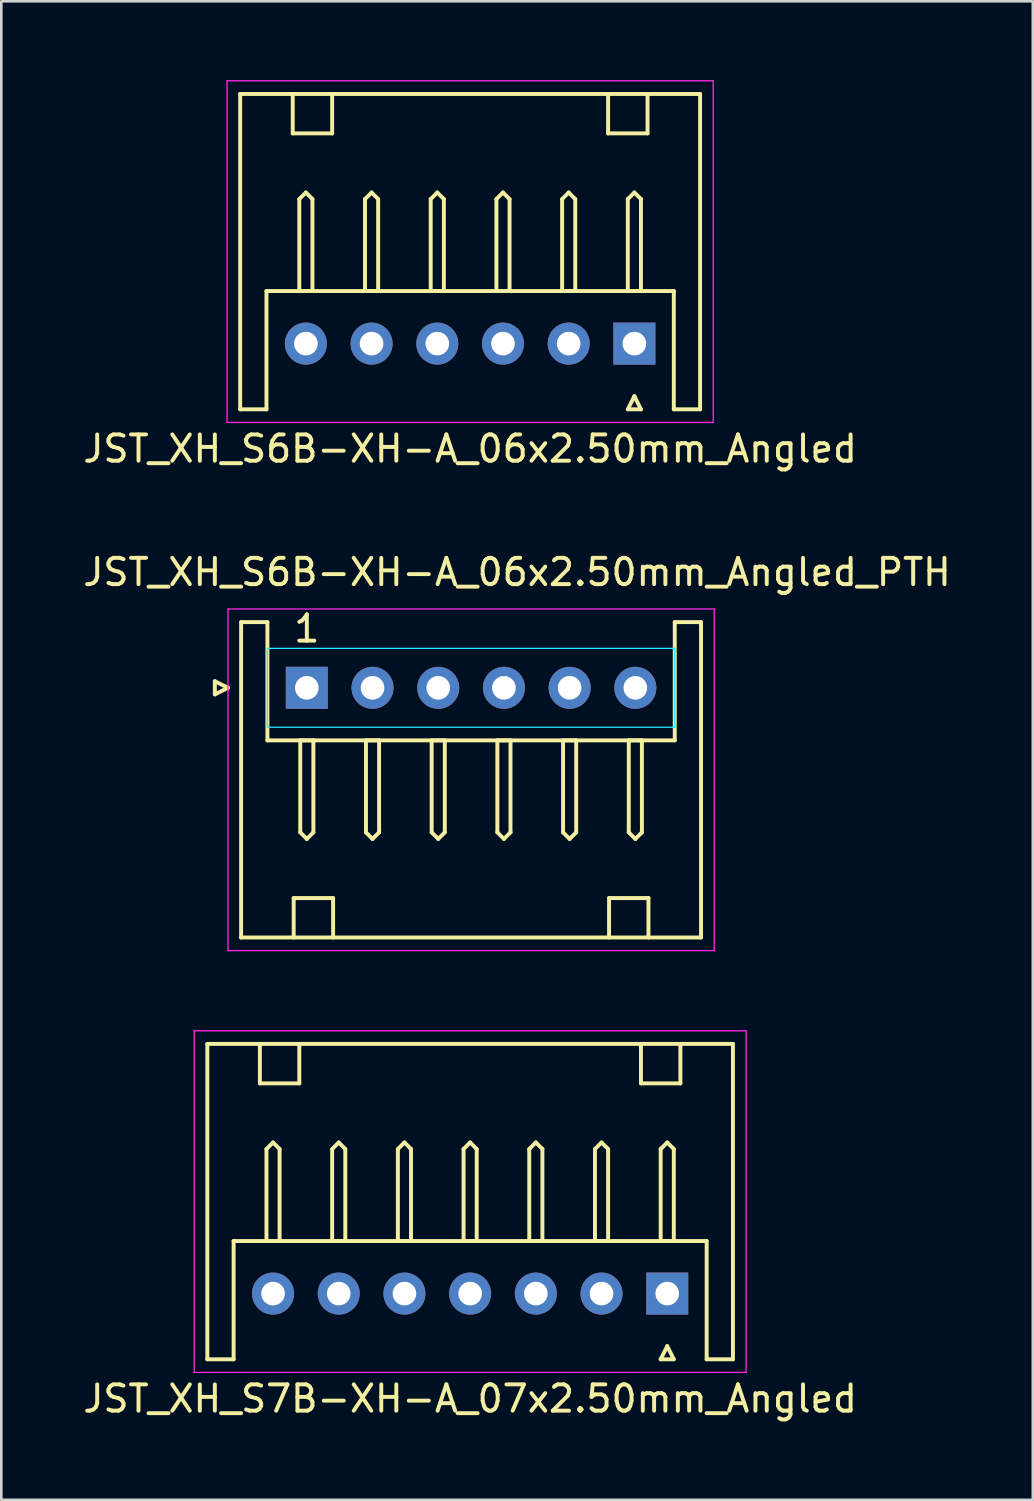
<source format=kicad_pcb>
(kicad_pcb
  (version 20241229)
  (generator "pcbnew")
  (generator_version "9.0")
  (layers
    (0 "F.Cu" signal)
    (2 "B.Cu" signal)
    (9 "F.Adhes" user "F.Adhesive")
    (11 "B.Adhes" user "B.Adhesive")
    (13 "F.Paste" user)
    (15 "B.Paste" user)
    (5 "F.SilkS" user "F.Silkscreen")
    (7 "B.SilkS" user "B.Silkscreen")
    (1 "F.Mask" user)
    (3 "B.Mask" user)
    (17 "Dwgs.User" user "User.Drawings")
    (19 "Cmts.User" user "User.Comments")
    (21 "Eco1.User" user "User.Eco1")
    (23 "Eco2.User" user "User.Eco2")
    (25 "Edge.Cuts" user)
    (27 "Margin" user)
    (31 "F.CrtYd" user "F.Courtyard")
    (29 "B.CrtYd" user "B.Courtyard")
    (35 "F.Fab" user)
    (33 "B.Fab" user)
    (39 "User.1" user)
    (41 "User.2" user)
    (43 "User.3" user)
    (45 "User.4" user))
  (footprint "JST_XH_S6B-XH-A_06x2.50mm_Angled"
    (layer "F.Cu")
    (at 21.089 10.025)
    (property "Reference" "JST_XH_S6B-XH-A_06x2.50mm_Angled" (at -6.25 4 180) (layer "F.SilkS") (effects (font (size 1 1) (thickness 0.15))))
    (attr through_hole)
    (fp_line (start -15 -9.5) (end -15 2.5) (stroke (width 0.15) (type solid)) (layer "F.SilkS"))
    (fp_line (start -15 -9.5) (end 2.5 -9.5) (stroke (width 0.15) (type solid)) (layer "F.SilkS"))
    (fp_line (start -14 -2) (end -14 2.5) (stroke (width 0.15) (type solid)) (layer "F.SilkS"))
    (fp_line (start -14 -2) (end 1.5 -2) (stroke (width 0.15) (type solid)) (layer "F.SilkS"))
    (fp_line (start -14 2.5) (end -15 2.5) (stroke (width 0.15) (type solid)) (layer "F.SilkS"))
    (fp_line (start -13 -9.5) (end -13 -8) (stroke (width 0.15) (type solid)) (layer "F.SilkS"))
    (fp_line (start -13 -8) (end -11.5 -8) (stroke (width 0.15) (type solid)) (layer "F.SilkS"))
    (fp_line (start -12.75 -5.5) (end -12.75 -2) (stroke (width 0.15) (type solid)) (layer "F.SilkS"))
    (fp_line (start -12.75 -2) (end -12.25 -2) (stroke (width 0.15) (type solid)) (layer "F.SilkS"))
    (fp_line (start -12.5 -5.75) (end -12.75 -5.5) (stroke (width 0.15) (type solid)) (layer "F.SilkS"))
    (fp_line (start -12.25 -5.5) (end -12.5 -5.75) (stroke (width 0.15) (type solid)) (layer "F.SilkS"))
    (fp_line (start -12.25 -2) (end -12.25 -5.5) (stroke (width 0.15) (type solid)) (layer "F.SilkS"))
    (fp_line (start -11.5 -8) (end -11.5 -9.5) (stroke (width 0.15) (type solid)) (layer "F.SilkS"))
    (fp_line (start -10.25 -5.5) (end -10.25 -2) (stroke (width 0.15) (type solid)) (layer "F.SilkS"))
    (fp_line (start -10.25 -2) (end -9.75 -2) (stroke (width 0.15) (type solid)) (layer "F.SilkS"))
    (fp_line (start -10 -5.75) (end -10.25 -5.5) (stroke (width 0.15) (type solid)) (layer "F.SilkS"))
    (fp_line (start -9.75 -5.5) (end -10 -5.75) (stroke (width 0.15) (type solid)) (layer "F.SilkS"))
    (fp_line (start -9.75 -2) (end -9.75 -5.5) (stroke (width 0.15) (type solid)) (layer "F.SilkS"))
    (fp_line (start -7.75 -5.5) (end -7.75 -2) (stroke (width 0.15) (type solid)) (layer "F.SilkS"))
    (fp_line (start -7.75 -2) (end -7.25 -2) (stroke (width 0.15) (type solid)) (layer "F.SilkS"))
    (fp_line (start -7.5 -5.75) (end -7.75 -5.5) (stroke (width 0.15) (type solid)) (layer "F.SilkS"))
    (fp_line (start -7.25 -5.5) (end -7.5 -5.75) (stroke (width 0.15) (type solid)) (layer "F.SilkS"))
    (fp_line (start -7.25 -2) (end -7.25 -5.5) (stroke (width 0.15) (type solid)) (layer "F.SilkS"))
    (fp_line (start -5.25 -5.5) (end -5.25 -2) (stroke (width 0.15) (type solid)) (layer "F.SilkS"))
    (fp_line (start -5.25 -2) (end -4.75 -2) (stroke (width 0.15) (type solid)) (layer "F.SilkS"))
    (fp_line (start -5 -5.75) (end -5.25 -5.5) (stroke (width 0.15) (type solid)) (layer "F.SilkS"))
    (fp_line (start -4.75 -5.5) (end -5 -5.75) (stroke (width 0.15) (type solid)) (layer "F.SilkS"))
    (fp_line (start -4.75 -2) (end -4.75 -5.5) (stroke (width 0.15) (type solid)) (layer "F.SilkS"))
    (fp_line (start -2.75 -5.5) (end -2.75 -2) (stroke (width 0.15) (type solid)) (layer "F.SilkS"))
    (fp_line (start -2.75 -2) (end -2.25 -2) (stroke (width 0.15) (type solid)) (layer "F.SilkS"))
    (fp_line (start -2.5 -5.75) (end -2.75 -5.5) (stroke (width 0.15) (type solid)) (layer "F.SilkS"))
    (fp_line (start -2.25 -5.5) (end -2.5 -5.75) (stroke (width 0.15) (type solid)) (layer "F.SilkS"))
    (fp_line (start -2.25 -2) (end -2.25 -5.5) (stroke (width 0.15) (type solid)) (layer "F.SilkS"))
    (fp_line (start -1 -8) (end -1 -9.5) (stroke (width 0.15) (type solid)) (layer "F.SilkS"))
    (fp_line (start -0.25 -5.5) (end -0.25 -2) (stroke (width 0.15) (type solid)) (layer "F.SilkS"))
    (fp_line (start -0.25 -2) (end 0.25 -2) (stroke (width 0.15) (type solid)) (layer "F.SilkS"))
    (fp_line (start -0.25 2.5) (end 0 2) (stroke (width 0.15) (type solid)) (layer "F.SilkS"))
    (fp_line (start 0 -5.75) (end -0.25 -5.5) (stroke (width 0.15) (type solid)) (layer "F.SilkS"))
    (fp_line (start 0 2) (end 0.25 2.5) (stroke (width 0.15) (type solid)) (layer "F.SilkS"))
    (fp_line (start 0.25 -5.5) (end 0 -5.75) (stroke (width 0.15) (type solid)) (layer "F.SilkS"))
    (fp_line (start 0.25 -2) (end 0.25 -5.5) (stroke (width 0.15) (type solid)) (layer "F.SilkS"))
    (fp_line (start 0.25 2.5) (end -0.25 2.5) (stroke (width 0.15) (type solid)) (layer "F.SilkS"))
    (fp_line (start 0.5 -9.5) (end 0.5 -8) (stroke (width 0.15) (type solid)) (layer "F.SilkS"))
    (fp_line (start 0.5 -8) (end -1 -8) (stroke (width 0.15) (type solid)) (layer "F.SilkS"))
    (fp_line (start 1.5 2.5) (end 1.5 -2) (stroke (width 0.15) (type solid)) (layer "F.SilkS"))
    (fp_line (start 1.5 2.5) (end 2.5 2.5) (stroke (width 0.15) (type solid)) (layer "F.SilkS"))
    (fp_line (start 2.5 2.5) (end 2.5 -9.5) (stroke (width 0.15) (type solid)) (layer "F.SilkS"))
    (fp_line (start -15.5 -10) (end 3 -10) (stroke (width 0.05) (type solid)) (layer "F.CrtYd"))
    (fp_line (start -15.5 3) (end -15.5 -10) (stroke (width 0.05) (type solid)) (layer "F.CrtYd"))
    (fp_line (start 3 -10) (end 3 3) (stroke (width 0.05) (type solid)) (layer "F.CrtYd"))
    (fp_line (start 3 3) (end -15.5 3) (stroke (width 0.05) (type solid)) (layer "F.CrtYd"))
    (pad "1" thru_hole rect (at 0 0) (size 1.6 1.6) (drill 0.9) (layers "*.Cu" "*.Mask"))
    (pad "2" thru_hole circle (at -2.5 0) (size 1.6 1.6) (drill 0.9) (layers "*.Cu" "*.Mask"))
    (pad "3" thru_hole circle (at -5 0) (size 1.6 1.6) (drill 0.9) (layers "*.Cu" "*.Mask"))
    (pad "4" thru_hole circle (at -7.5 0) (size 1.6 1.6) (drill 0.9) (layers "*.Cu" "*.Mask"))
    (pad "5" thru_hole circle (at -10 0) (size 1.6 1.6) (drill 0.9) (layers "*.Cu" "*.Mask"))
    (pad "6" thru_hole circle (at -12.5 0) (size 1.6 1.6) (drill 0.9) (layers "*.Cu" "*.Mask")))
  (footprint "JST_XH_S6B-XH-A_06x2.50mm_Angled_PTH"
    (layer "F.Cu")
    (at 8.625 23.122)
    (property "Reference" "JST_XH_S6B-XH-A_06x2.50mm_Angled_PTH" (at 8 -4.4 0) (layer "F.SilkS") (effects (font (size 1 1) (thickness 0.15))))
    (attr through_hole)
    (fp_line (start -3.5 -0.25) (end -3 0) (stroke (width 0.15) (type solid)) (layer "F.SilkS"))
    (fp_line (start -3.5 0.25) (end -3.5 -0.25) (stroke (width 0.15) (type solid)) (layer "F.SilkS"))
    (fp_line (start -3 0) (end -3.5 0.25) (stroke (width 0.15) (type solid)) (layer "F.SilkS"))
    (fp_line (start -2.5 -2.5) (end -2.5 9.5) (stroke (width 0.15) (type solid)) (layer "F.SilkS"))
    (fp_line (start -1.5 -2.5) (end -2.5 -2.5) (stroke (width 0.15) (type solid)) (layer "F.SilkS"))
    (fp_line (start -1.5 -2.5) (end -1.5 2) (stroke (width 0.15) (type solid)) (layer "F.SilkS"))
    (fp_line (start -0.5 8) (end 1 8) (stroke (width 0.15) (type solid)) (layer "F.SilkS"))
    (fp_line (start -0.5 9.5) (end -0.5 8) (stroke (width 0.15) (type solid)) (layer "F.SilkS"))
    (fp_line (start -0.25 2) (end -0.25 5.5) (stroke (width 0.15) (type solid)) (layer "F.SilkS"))
    (fp_line (start -0.25 5.5) (end 0 5.75) (stroke (width 0.15) (type solid)) (layer "F.SilkS"))
    (fp_line (start 0 5.75) (end 0.25 5.5) (stroke (width 0.15) (type solid)) (layer "F.SilkS"))
    (fp_line (start 0.25 2) (end -0.25 2) (stroke (width 0.15) (type solid)) (layer "F.SilkS"))
    (fp_line (start 0.25 5.5) (end 0.25 2) (stroke (width 0.15) (type solid)) (layer "F.SilkS"))
    (fp_line (start 1 8) (end 1 9.5) (stroke (width 0.15) (type solid)) (layer "F.SilkS"))
    (fp_line (start 2.25 2) (end 2.25 5.5) (stroke (width 0.15) (type solid)) (layer "F.SilkS"))
    (fp_line (start 2.25 5.5) (end 2.5 5.75) (stroke (width 0.15) (type solid)) (layer "F.SilkS"))
    (fp_line (start 2.5 5.75) (end 2.75 5.5) (stroke (width 0.15) (type solid)) (layer "F.SilkS"))
    (fp_line (start 2.75 2) (end 2.25 2) (stroke (width 0.15) (type solid)) (layer "F.SilkS"))
    (fp_line (start 2.75 5.5) (end 2.75 2) (stroke (width 0.15) (type solid)) (layer "F.SilkS"))
    (fp_line (start 4.75 2) (end 4.75 5.5) (stroke (width 0.15) (type solid)) (layer "F.SilkS"))
    (fp_line (start 4.75 5.5) (end 5 5.75) (stroke (width 0.15) (type solid)) (layer "F.SilkS"))
    (fp_line (start 5 5.75) (end 5.25 5.5) (stroke (width 0.15) (type solid)) (layer "F.SilkS"))
    (fp_line (start 5.25 2) (end 4.75 2) (stroke (width 0.15) (type solid)) (layer "F.SilkS"))
    (fp_line (start 5.25 5.5) (end 5.25 2) (stroke (width 0.15) (type solid)) (layer "F.SilkS"))
    (fp_line (start 7.25 2) (end 7.25 5.5) (stroke (width 0.15) (type solid)) (layer "F.SilkS"))
    (fp_line (start 7.25 5.5) (end 7.5 5.75) (stroke (width 0.15) (type solid)) (layer "F.SilkS"))
    (fp_line (start 7.5 5.75) (end 7.75 5.5) (stroke (width 0.15) (type solid)) (layer "F.SilkS"))
    (fp_line (start 7.75 2) (end 7.25 2) (stroke (width 0.15) (type solid)) (layer "F.SilkS"))
    (fp_line (start 7.75 5.5) (end 7.75 2) (stroke (width 0.15) (type solid)) (layer "F.SilkS"))
    (fp_line (start 9.75 2) (end 9.75 5.5) (stroke (width 0.15) (type solid)) (layer "F.SilkS"))
    (fp_line (start 9.75 5.5) (end 10 5.75) (stroke (width 0.15) (type solid)) (layer "F.SilkS"))
    (fp_line (start 10 5.75) (end 10.25 5.5) (stroke (width 0.15) (type solid)) (layer "F.SilkS"))
    (fp_line (start 10.25 2) (end 9.75 2) (stroke (width 0.15) (type solid)) (layer "F.SilkS"))
    (fp_line (start 10.25 5.5) (end 10.25 2) (stroke (width 0.15) (type solid)) (layer "F.SilkS"))
    (fp_line (start 11.5 8) (end 11.5 9.5) (stroke (width 0.15) (type solid)) (layer "F.SilkS"))
    (fp_line (start 12.25 2) (end 12.25 5.5) (stroke (width 0.15) (type solid)) (layer "F.SilkS"))
    (fp_line (start 12.25 5.5) (end 12.5 5.75) (stroke (width 0.15) (type solid)) (layer "F.SilkS"))
    (fp_line (start 12.5 5.75) (end 12.75 5.5) (stroke (width 0.15) (type solid)) (layer "F.SilkS"))
    (fp_line (start 12.75 2) (end 12.25 2) (stroke (width 0.15) (type solid)) (layer "F.SilkS"))
    (fp_line (start 12.75 5.5) (end 12.75 2) (stroke (width 0.15) (type solid)) (layer "F.SilkS"))
    (fp_line (start 13 8) (end 11.5 8) (stroke (width 0.15) (type solid)) (layer "F.SilkS"))
    (fp_line (start 13 9.5) (end 13 8) (stroke (width 0.15) (type solid)) (layer "F.SilkS"))
    (fp_line (start 14 -2.5) (end 15 -2.5) (stroke (width 0.15) (type solid)) (layer "F.SilkS"))
    (fp_line (start 14 2) (end -1.5 2) (stroke (width 0.15) (type solid)) (layer "F.SilkS"))
    (fp_line (start 14 2) (end 14 -2.5) (stroke (width 0.15) (type solid)) (layer "F.SilkS"))
    (fp_line (start 15 9.5) (end -2.5 9.5) (stroke (width 0.15) (type solid)) (layer "F.SilkS"))
    (fp_line (start 15 9.5) (end 15 -2.5) (stroke (width 0.15) (type solid)) (layer "F.SilkS"))
    (fp_line (start -1.5 -1.5) (end 14 -1.5) (stroke (width 0.05) (type solid)) (layer "B.CrtYd"))
    (fp_line (start -1.5 1.5) (end -1.5 -1.5) (stroke (width 0.05) (type solid)) (layer "B.CrtYd"))
    (fp_line (start 14 -1.5) (end 14 1.5) (stroke (width 0.05) (type solid)) (layer "B.CrtYd"))
    (fp_line (start 14 1.5) (end -1.5 1.5) (stroke (width 0.05) (type solid)) (layer "B.CrtYd"))
    (fp_line (start -3 -3) (end 15.5 -3) (stroke (width 0.05) (type solid)) (layer "F.CrtYd"))
    (fp_line (start -3 10) (end -3 -3) (stroke (width 0.05) (type solid)) (layer "F.CrtYd"))
    (fp_line (start 15.5 -3) (end 15.5 10) (stroke (width 0.05) (type solid)) (layer "F.CrtYd"))
    (fp_line (start 15.5 10) (end -3 10) (stroke (width 0.05) (type solid)) (layer "F.CrtYd"))
    (fp_text user "1" (at 0 -2.25 0) (layer "F.SilkS") (effects (font (size 1 1) (thickness 0.15))))
    (pad "1" thru_hole rect (at 0 0 180) (size 1.6 1.6) (drill 0.9) (layers "*.Cu" "*.Mask"))
    (pad "2" thru_hole circle (at 2.5 0 180) (size 1.6 1.6) (drill 0.9) (layers "*.Cu" "*.Mask"))
    (pad "3" thru_hole circle (at 5 0 180) (size 1.6 1.6) (drill 0.9) (layers "*.Cu" "*.Mask"))
    (pad "4" thru_hole circle (at 7.5 0 180) (size 1.6 1.6) (drill 0.9) (layers "*.Cu" "*.Mask"))
    (pad "5" thru_hole circle (at 10 0 180) (size 1.6 1.6) (drill 0.9) (layers "*.Cu" "*.Mask"))
    (pad "6" thru_hole circle (at 12.5 0 180) (size 1.6 1.6) (drill 0.9) (layers "*.Cu" "*.Mask")))
  (footprint "JST_XH_S7B-XH-A_07x2.50mm_Angled"
    (layer "F.Cu")
    (at 22.339 46.172)
    (property "Reference" "JST_XH_S7B-XH-A_07x2.50mm_Angled" (at -7.5 4 180) (layer "F.SilkS") (effects (font (size 1 1) (thickness 0.15))))
    (attr through_hole)
    (fp_line (start -17.5 -9.5) (end -17.5 2.5) (stroke (width 0.15) (type solid)) (layer "F.SilkS"))
    (fp_line (start -17.5 -9.5) (end 2.5 -9.5) (stroke (width 0.15) (type solid)) (layer "F.SilkS"))
    (fp_line (start -16.5 -2) (end -16.5 2.5) (stroke (width 0.15) (type solid)) (layer "F.SilkS"))
    (fp_line (start -16.5 -2) (end 1.5 -2) (stroke (width 0.15) (type solid)) (layer "F.SilkS"))
    (fp_line (start -16.5 2.5) (end -17.5 2.5) (stroke (width 0.15) (type solid)) (layer "F.SilkS"))
    (fp_line (start -15.5 -9.5) (end -15.5 -8) (stroke (width 0.15) (type solid)) (layer "F.SilkS"))
    (fp_line (start -15.5 -8) (end -14 -8) (stroke (width 0.15) (type solid)) (layer "F.SilkS"))
    (fp_line (start -15.25 -5.5) (end -15.25 -2) (stroke (width 0.15) (type solid)) (layer "F.SilkS"))
    (fp_line (start -15.25 -2) (end -14.75 -2) (stroke (width 0.15) (type solid)) (layer "F.SilkS"))
    (fp_line (start -15 -5.75) (end -15.25 -5.5) (stroke (width 0.15) (type solid)) (layer "F.SilkS"))
    (fp_line (start -14.75 -5.5) (end -15 -5.75) (stroke (width 0.15) (type solid)) (layer "F.SilkS"))
    (fp_line (start -14.75 -2) (end -14.75 -5.5) (stroke (width 0.15) (type solid)) (layer "F.SilkS"))
    (fp_line (start -14 -8) (end -14 -9.5) (stroke (width 0.15) (type solid)) (layer "F.SilkS"))
    (fp_line (start -12.75 -5.5) (end -12.75 -2) (stroke (width 0.15) (type solid)) (layer "F.SilkS"))
    (fp_line (start -12.75 -2) (end -12.25 -2) (stroke (width 0.15) (type solid)) (layer "F.SilkS"))
    (fp_line (start -12.5 -5.75) (end -12.75 -5.5) (stroke (width 0.15) (type solid)) (layer "F.SilkS"))
    (fp_line (start -12.25 -5.5) (end -12.5 -5.75) (stroke (width 0.15) (type solid)) (layer "F.SilkS"))
    (fp_line (start -12.25 -2) (end -12.25 -5.5) (stroke (width 0.15) (type solid)) (layer "F.SilkS"))
    (fp_line (start -10.25 -5.5) (end -10.25 -2) (stroke (width 0.15) (type solid)) (layer "F.SilkS"))
    (fp_line (start -10.25 -2) (end -9.75 -2) (stroke (width 0.15) (type solid)) (layer "F.SilkS"))
    (fp_line (start -10 -5.75) (end -10.25 -5.5) (stroke (width 0.15) (type solid)) (layer "F.SilkS"))
    (fp_line (start -9.75 -5.5) (end -10 -5.75) (stroke (width 0.15) (type solid)) (layer "F.SilkS"))
    (fp_line (start -9.75 -2) (end -9.75 -5.5) (stroke (width 0.15) (type solid)) (layer "F.SilkS"))
    (fp_line (start -7.75 -5.5) (end -7.75 -2) (stroke (width 0.15) (type solid)) (layer "F.SilkS"))
    (fp_line (start -7.75 -2) (end -7.25 -2) (stroke (width 0.15) (type solid)) (layer "F.SilkS"))
    (fp_line (start -7.5 -5.75) (end -7.75 -5.5) (stroke (width 0.15) (type solid)) (layer "F.SilkS"))
    (fp_line (start -7.25 -5.5) (end -7.5 -5.75) (stroke (width 0.15) (type solid)) (layer "F.SilkS"))
    (fp_line (start -7.25 -2) (end -7.25 -5.5) (stroke (width 0.15) (type solid)) (layer "F.SilkS"))
    (fp_line (start -5.25 -5.5) (end -5.25 -2) (stroke (width 0.15) (type solid)) (layer "F.SilkS"))
    (fp_line (start -5.25 -2) (end -4.75 -2) (stroke (width 0.15) (type solid)) (layer "F.SilkS"))
    (fp_line (start -5 -5.75) (end -5.25 -5.5) (stroke (width 0.15) (type solid)) (layer "F.SilkS"))
    (fp_line (start -4.75 -5.5) (end -5 -5.75) (stroke (width 0.15) (type solid)) (layer "F.SilkS"))
    (fp_line (start -4.75 -2) (end -4.75 -5.5) (stroke (width 0.15) (type solid)) (layer "F.SilkS"))
    (fp_line (start -2.75 -5.5) (end -2.75 -2) (stroke (width 0.15) (type solid)) (layer "F.SilkS"))
    (fp_line (start -2.75 -2) (end -2.25 -2) (stroke (width 0.15) (type solid)) (layer "F.SilkS"))
    (fp_line (start -2.5 -5.75) (end -2.75 -5.5) (stroke (width 0.15) (type solid)) (layer "F.SilkS"))
    (fp_line (start -2.25 -5.5) (end -2.5 -5.75) (stroke (width 0.15) (type solid)) (layer "F.SilkS"))
    (fp_line (start -2.25 -2) (end -2.25 -5.5) (stroke (width 0.15) (type solid)) (layer "F.SilkS"))
    (fp_line (start -1 -8) (end -1 -9.5) (stroke (width 0.15) (type solid)) (layer "F.SilkS"))
    (fp_line (start -0.25 -5.5) (end -0.25 -2) (stroke (width 0.15) (type solid)) (layer "F.SilkS"))
    (fp_line (start -0.25 -2) (end 0.25 -2) (stroke (width 0.15) (type solid)) (layer "F.SilkS"))
    (fp_line (start -0.25 2.5) (end 0 2) (stroke (width 0.15) (type solid)) (layer "F.SilkS"))
    (fp_line (start 0 -5.75) (end -0.25 -5.5) (stroke (width 0.15) (type solid)) (layer "F.SilkS"))
    (fp_line (start 0 2) (end 0.25 2.5) (stroke (width 0.15) (type solid)) (layer "F.SilkS"))
    (fp_line (start 0.25 -5.5) (end 0 -5.75) (stroke (width 0.15) (type solid)) (layer "F.SilkS"))
    (fp_line (start 0.25 -2) (end 0.25 -5.5) (stroke (width 0.15) (type solid)) (layer "F.SilkS"))
    (fp_line (start 0.25 2.5) (end -0.25 2.5) (stroke (width 0.15) (type solid)) (layer "F.SilkS"))
    (fp_line (start 0.5 -9.5) (end 0.5 -8) (stroke (width 0.15) (type solid)) (layer "F.SilkS"))
    (fp_line (start 0.5 -8) (end -1 -8) (stroke (width 0.15) (type solid)) (layer "F.SilkS"))
    (fp_line (start 1.5 2.5) (end 1.5 -2) (stroke (width 0.15) (type solid)) (layer "F.SilkS"))
    (fp_line (start 1.5 2.5) (end 2.5 2.5) (stroke (width 0.15) (type solid)) (layer "F.SilkS"))
    (fp_line (start 2.5 2.5) (end 2.5 -9.5) (stroke (width 0.15) (type solid)) (layer "F.SilkS"))
    (fp_line (start -18 -10) (end 3 -10) (stroke (width 0.05) (type solid)) (layer "F.CrtYd"))
    (fp_line (start -18 3) (end -18 -10) (stroke (width 0.05) (type solid)) (layer "F.CrtYd"))
    (fp_line (start 3 -10) (end 3 3) (stroke (width 0.05) (type solid)) (layer "F.CrtYd"))
    (fp_line (start 3 3) (end -18 3) (stroke (width 0.05) (type solid)) (layer "F.CrtYd"))
    (pad "1" thru_hole rect (at 0 0) (size 1.6 1.6) (drill 0.9) (layers "*.Cu" "*.Mask"))
    (pad "2" thru_hole circle (at -2.5 0) (size 1.6 1.6) (drill 0.9) (layers "*.Cu" "*.Mask"))
    (pad "3" thru_hole circle (at -5 0) (size 1.6 1.6) (drill 0.9) (layers "*.Cu" "*.Mask"))
    (pad "4" thru_hole circle (at -7.5 0) (size 1.6 1.6) (drill 0.9) (layers "*.Cu" "*.Mask"))
    (pad "5" thru_hole circle (at -10 0) (size 1.6 1.6) (drill 0.9) (layers "*.Cu" "*.Mask"))
    (pad "6" thru_hole circle (at -12.5 0) (size 1.6 1.6) (drill 0.9) (layers "*.Cu" "*.Mask"))
    (pad "7" thru_hole circle (at -15 0) (size 1.6 1.6) (drill 0.9) (layers "*.Cu" "*.Mask")))
  (gr_rect
    (start -3 -3)
    (end 36.25 54.02)
    (stroke (width 0.1) (type default))
    (fill no)
    (layer "Edge.Cuts")))
</source>
